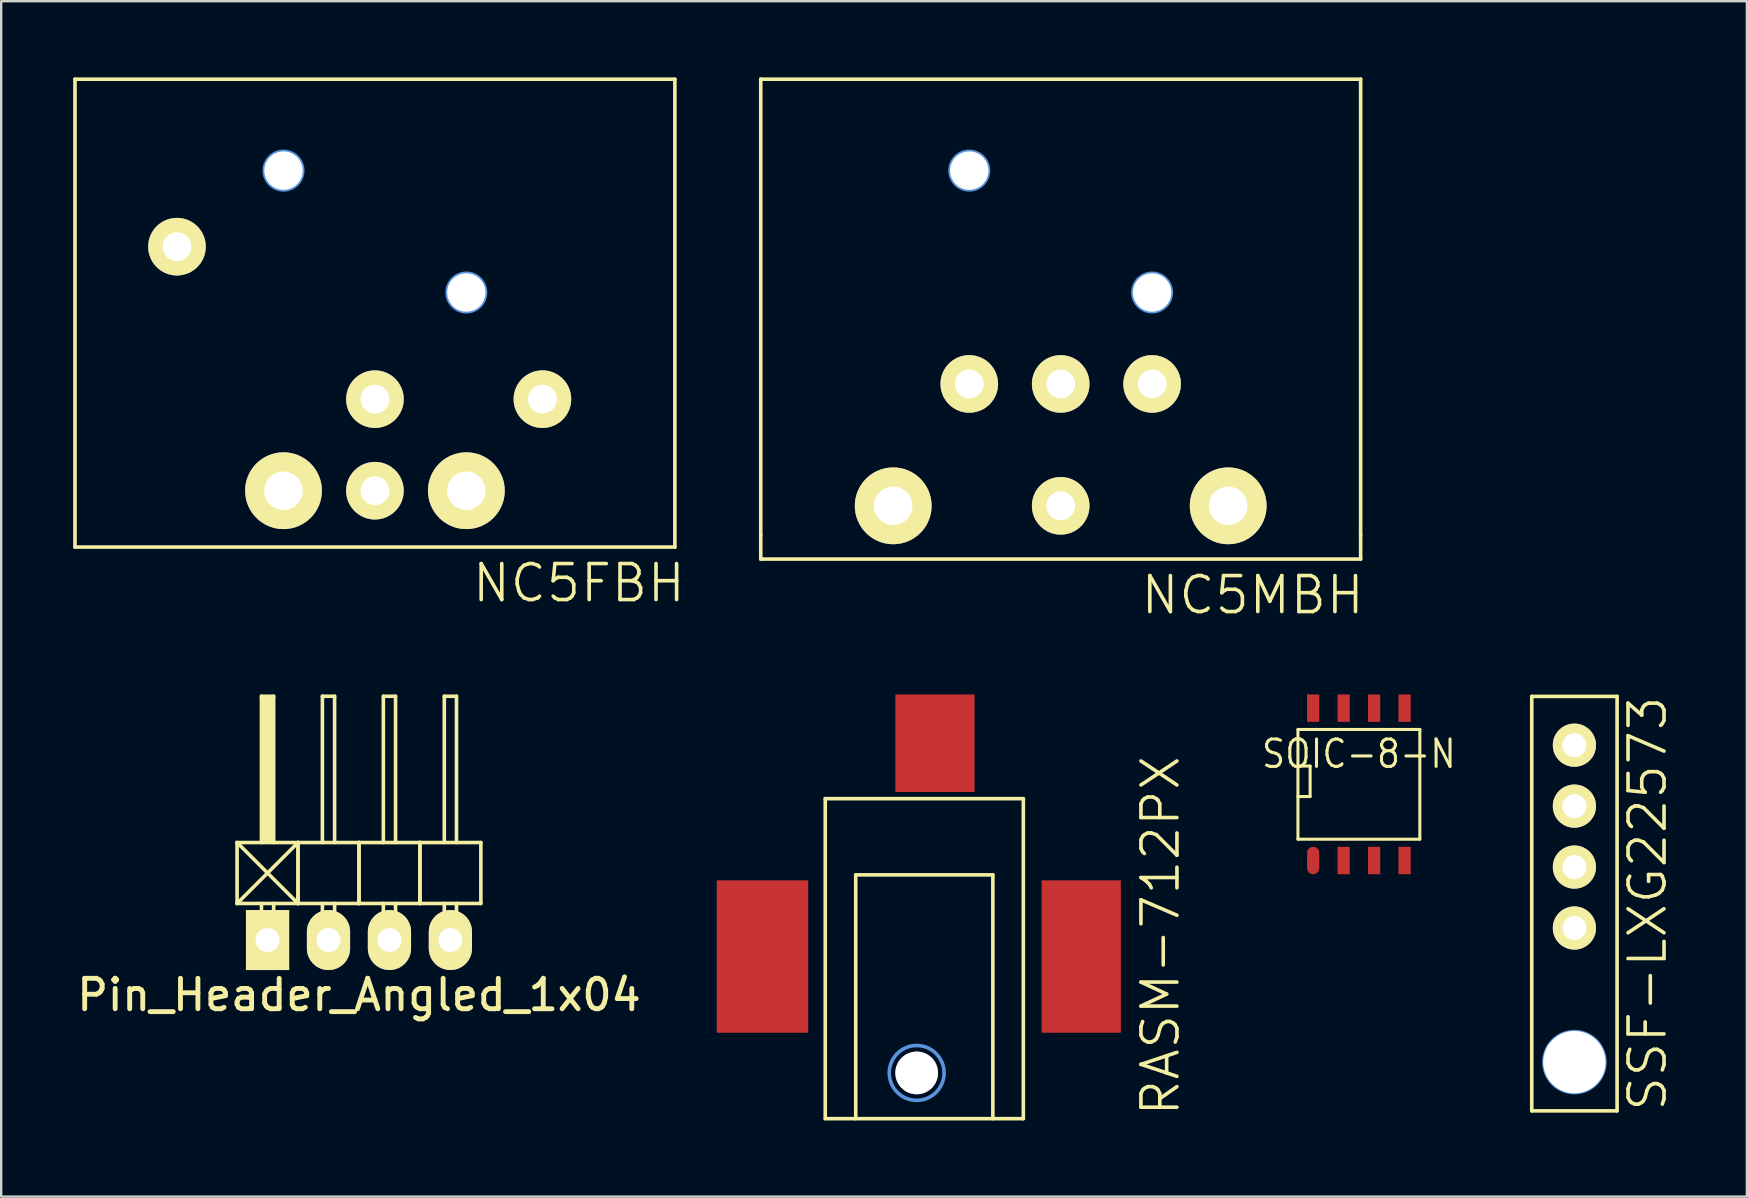
<source format=kicad_pcb>
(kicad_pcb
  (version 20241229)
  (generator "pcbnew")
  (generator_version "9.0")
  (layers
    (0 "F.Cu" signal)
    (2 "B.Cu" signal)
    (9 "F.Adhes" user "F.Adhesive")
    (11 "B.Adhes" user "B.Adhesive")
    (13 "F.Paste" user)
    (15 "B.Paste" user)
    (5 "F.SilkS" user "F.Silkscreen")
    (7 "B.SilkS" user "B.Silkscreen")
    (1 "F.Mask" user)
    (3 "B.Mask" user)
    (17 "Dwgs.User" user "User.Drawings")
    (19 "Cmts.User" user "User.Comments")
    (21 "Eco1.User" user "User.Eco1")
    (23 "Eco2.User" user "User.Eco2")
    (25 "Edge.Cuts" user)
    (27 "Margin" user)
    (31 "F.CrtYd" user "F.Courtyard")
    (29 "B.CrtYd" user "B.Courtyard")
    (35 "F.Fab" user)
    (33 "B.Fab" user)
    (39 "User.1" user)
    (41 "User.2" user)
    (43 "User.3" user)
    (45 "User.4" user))
  (footprint "NC5MBH"
    (layer "F.Cu")
    (at 41.154 0.25)
    (property "Reference" "NC5MBH" (at 8 21.5 0) (layer "F.SilkS") (effects (font (size 1.5 1.5) (thickness 0.15))))
    (attr through_hole)
    (fp_line (start -12.5 0) (end -12.5 19) (stroke (width 0.15) (type solid)) (layer "F.SilkS"))
    (fp_line (start -12.5 19) (end -12.5 20) (stroke (width 0.15) (type solid)) (layer "F.SilkS"))
    (fp_line (start -12.5 20) (end 12.5 20) (stroke (width 0.15) (type solid)) (layer "F.SilkS"))
    (fp_line (start 12.5 0) (end -12.5 0) (stroke (width 0.15) (type solid)) (layer "F.SilkS"))
    (fp_line (start 12.5 19) (end 12.5 0) (stroke (width 0.15) (type solid)) (layer "F.SilkS"))
    (fp_line (start 12.5 19) (end 12.5 20) (stroke (width 0.15) (type solid)) (layer "F.SilkS"))
    (fp_circle (center -3.81 3.81) (end -3.01 3.81) (stroke (width 0.15) (type solid)) (fill no) (layer "Cmts.User"))
    (fp_circle (center 3.81 8.89) (end 4.61 8.89) (stroke (width 0.15) (type solid)) (fill no) (layer "Cmts.User"))
    (pad "" thru_hole circle (at -3.81 3.81) (size 1.6 1.6) (drill 1.6) (layers))
    (pad "" thru_hole circle (at 3.81 8.89) (size 1.6 1.6) (drill 1.6) (layers))
    (pad "1" thru_hole circle (at 6.98 17.78) (size 3.2 3.2) (drill 1.6) (layers "*.Cu" "*.Mask" "F.SilkS"))
    (pad "2" thru_hole circle (at 3.81 12.7) (size 2.4 2.4) (drill 1.2) (layers "*.Cu" "*.Mask" "F.SilkS"))
    (pad "3" thru_hole circle (at 0 17.78) (size 2.4 2.4) (drill 1.2) (layers "*.Cu" "*.Mask" "F.SilkS"))
    (pad "4" thru_hole circle (at -3.81 12.7) (size 2.4 2.4) (drill 1.2) (layers "*.Cu" "*.Mask" "F.SilkS"))
    (pad "5" thru_hole circle (at -6.98 17.78) (size 3.2 3.2) (drill 1.6) (layers "*.Cu" "*.Mask" "F.SilkS"))
    (pad "6" thru_hole circle (at 0 12.7) (size 2.4 2.4) (drill 1.2) (layers "*.Cu" "*.Mask" "F.SilkS")))
  (footprint "RASM-712PX"
    (layer "F.Cu")
    (at 35.152 43.569)
    (property "Reference" "RASM-712PX" (at 10.16 -7.62 90) (layer "F.SilkS") (effects (font (size 1.5 1.5) (thickness 0.15))))
    (attr through_hole)
    (fp_line (start -3.81 -13.335) (end -3.81 0) (stroke (width 0.15) (type solid)) (layer "F.SilkS"))
    (fp_line (start -3.81 0) (end 4.445 0) (stroke (width 0.15) (type solid)) (layer "F.SilkS"))
    (fp_line (start -2.54 -10.16) (end 3.175 -10.16) (stroke (width 0.15) (type solid)) (layer "F.SilkS"))
    (fp_line (start -2.54 0) (end -2.54 -10.16) (stroke (width 0.15) (type solid)) (layer "F.SilkS"))
    (fp_line (start 3.175 -10.16) (end 3.175 0) (stroke (width 0.15) (type solid)) (layer "F.SilkS"))
    (fp_line (start 4.445 -13.335) (end -3.81 -13.335) (stroke (width 0.15) (type solid)) (layer "F.SilkS"))
    (fp_line (start 4.445 0) (end 4.445 -13.335) (stroke (width 0.15) (type solid)) (layer "F.SilkS"))
    (fp_circle (center 0 -1.905) (end 1.143 -1.905) (stroke (width 0.15) (type solid)) (fill no) (layer "Cmts.User"))
    (pad "1" smd rect (at 0.762 -15.646) (size 3.302 4.064) (layers "F.Cu" "F.Mask" "F.Paste"))
    (pad "2" smd rect (at 6.858 -6.756) (size 3.302 6.35) (layers "F.Cu" "F.Mask" "F.Paste"))
    (pad "3" smd rect (at -6.426 -6.756) (size 3.81 6.35) (layers "F.Cu" "F.Mask" "F.Paste"))
    (pad "4" thru_hole circle (at 0 -1.905) (size 1.778 1.778) (drill 1.778) (layers "*.Cu")))
  (footprint "SSF-LXG22573"
    (layer "F.Cu")
    (at 62.563 35.625)
    (property "Reference" "SSF-LXG22573" (at 3.048 -1.016 90) (layer "F.SilkS") (effects (font (size 1.5 1.5) (thickness 0.15))))
    (attr through_hole)
    (fp_line (start -1.778 -9.652) (end -1.778 7.62) (stroke (width 0.15) (type solid)) (layer "F.SilkS"))
    (fp_line (start -1.778 7.62) (end 1.778 7.62) (stroke (width 0.15) (type solid)) (layer "F.SilkS"))
    (fp_line (start 1.778 -9.652) (end -1.778 -9.652) (stroke (width 0.15) (type solid)) (layer "F.SilkS"))
    (fp_line (start 1.778 7.62) (end 1.778 -9.652) (stroke (width 0.15) (type solid)) (layer "F.SilkS"))
    (fp_circle (center 0 5.588) (end 1.27 5.588) (stroke (width 0.15) (type solid)) (fill no) (layer "Cmts.User"))
    (pad "" thru_hole circle (at 0 5.59) (size 2.6 2.6) (drill 2.6) (layers))
    (pad "1" thru_hole circle (at 0 0) (size 1.8 1.8) (drill 1) (layers "*.Cu" "*.Mask" "F.SilkS"))
    (pad "2" thru_hole circle (at 0 -2.54) (size 1.8 1.8) (drill 1) (layers "*.Cu" "*.Mask" "F.SilkS"))
    (pad "3" thru_hole circle (at 0 -5.08) (size 1.8 1.8) (drill 1) (layers "*.Cu" "*.Mask" "F.SilkS"))
    (pad "4" thru_hole circle (at 0 -7.62) (size 1.8 1.8) (drill 1) (layers "*.Cu" "*.Mask" "F.SilkS")))
  (footprint "SOIC-8-N"
    (layer "F.Cu")
    (at 53.581 29.637)
    (property "Reference" "SOIC-8-N" (at 0 -1.27 0) (layer "F.SilkS") (effects (font (size 1.143 1.016) (thickness 0.127))))
    (attr smd)
    (fp_line (start -2.54 -2.286) (end 2.54 -2.286) (stroke (width 0.127) (type solid)) (layer "F.SilkS"))
    (fp_line (start -2.54 -0.762) (end -2.032 -0.762) (stroke (width 0.127) (type solid)) (layer "F.SilkS"))
    (fp_line (start -2.54 2.286) (end -2.54 -2.286) (stroke (width 0.127) (type solid)) (layer "F.SilkS"))
    (fp_line (start -2.032 -0.762) (end -2.032 0.508) (stroke (width 0.127) (type solid)) (layer "F.SilkS"))
    (fp_line (start -2.032 0.508) (end -2.54 0.508) (stroke (width 0.127) (type solid)) (layer "F.SilkS"))
    (fp_line (start 2.54 -2.286) (end 2.54 2.286) (stroke (width 0.127) (type solid)) (layer "F.SilkS"))
    (fp_line (start 2.54 2.286) (end -2.54 2.286) (stroke (width 0.127) (type solid)) (layer "F.SilkS"))
    (pad "1" smd oval (at -1.905 3.175) (size 0.508 1.143) (layers "F.Cu" "F.Mask" "F.Paste"))
    (pad "2" smd rect (at -0.635 3.175) (size 0.508 1.143) (layers "F.Cu" "F.Mask" "F.Paste"))
    (pad "3" smd rect (at 0.635 3.175) (size 0.508 1.143) (layers "F.Cu" "F.Mask" "F.Paste"))
    (pad "4" smd rect (at 1.905 3.175) (size 0.508 1.143) (layers "F.Cu" "F.Mask" "F.Paste"))
    (pad "5" smd rect (at 1.905 -3.175) (size 0.508 1.143) (layers "F.Cu" "F.Mask" "F.Paste"))
    (pad "6" smd rect (at 0.635 -3.175) (size 0.508 1.143) (layers "F.Cu" "F.Mask" "F.Paste"))
    (pad "7" smd rect (at -0.635 -3.175) (size 0.508 1.143) (layers "F.Cu" "F.Mask" "F.Paste"))
    (pad "8" smd rect (at -1.905 -3.175) (size 0.508 1.143) (layers "F.Cu" "F.Mask" "F.Paste")))
  (footprint "NC5FBH"
    (layer "F.Cu")
    (at 12.575 0.25)
    (property "Reference" "NC5FBH" (at 8.5 21 0) (layer "F.SilkS") (effects (font (size 1.5 1.5) (thickness 0.15))))
    (attr through_hole)
    (fp_line (start -12.5 0) (end -12.5 19.5) (stroke (width 0.15) (type solid)) (layer "F.SilkS"))
    (fp_line (start -12.5 19.5) (end 12.5 19.5) (stroke (width 0.15) (type solid)) (layer "F.SilkS"))
    (fp_line (start 12.5 0) (end -12.5 0) (stroke (width 0.15) (type solid)) (layer "F.SilkS"))
    (fp_line (start 12.5 19.5) (end 12.5 0) (stroke (width 0.15) (type solid)) (layer "F.SilkS"))
    (fp_circle (center -3.81 3.81) (end -3.01 3.78) (stroke (width 0.15) (type solid)) (fill no) (layer "Cmts.User"))
    (fp_circle (center 3.81 8.89) (end 4.61 8.89) (stroke (width 0.15) (type solid)) (fill no) (layer "Cmts.User"))
    (pad "" thru_hole circle (at -3.81 3.81) (size 1.6 1.6) (drill 1.6) (layers))
    (pad "" thru_hole circle (at 3.81 8.89) (size 1.6 1.6) (drill 1.6) (layers))
    (pad "1" thru_hole circle (at -3.81 17.15) (size 3.2 3.2) (drill 1.6) (layers "*.Cu" "*.Mask" "F.SilkS"))
    (pad "2" thru_hole circle (at 0 13.335) (size 2.4 2.4) (drill 1.2) (layers "*.Cu" "*.Mask" "F.SilkS"))
    (pad "3" thru_hole circle (at 0 17.15) (size 2.4 2.4) (drill 1.2) (layers "*.Cu" "*.Mask" "F.SilkS"))
    (pad "4" thru_hole circle (at 6.98 13.335) (size 2.4 2.4) (drill 1.2) (layers "*.Cu" "*.Mask" "F.SilkS"))
    (pad "5" thru_hole circle (at 3.81 17.15) (size 3.2 3.2) (drill 1.6) (layers "*.Cu" "*.Mask" "F.SilkS"))
    (pad "6" thru_hole circle (at -8.25 6.98) (size 2.4 2.4) (drill 1.2) (layers "*.Cu" "*.Mask" "F.SilkS")))
  (footprint "Pin_Header_Angled_1x04"
    (layer "F.Cu")
    (at 11.91 36.126)
    (property "Reference" "Pin_Header_Angled_1x04" (at 0 2.286 0) (layer "F.SilkS") (effects (font (size 1.27 1.27) (thickness 0.203))))
    (attr through_hole)
    (fp_line (start -5.08 -4.064) (end -2.54 -1.524) (stroke (width 0.15) (type solid)) (layer "F.SilkS"))
    (fp_line (start -5.08 -1.524) (end -5.08 -4.064) (stroke (width 0.15) (type solid)) (layer "F.SilkS"))
    (fp_line (start -5.08 -1.524) (end -2.54 -1.524) (stroke (width 0.15) (type solid)) (layer "F.SilkS"))
    (fp_line (start -4.064 -10.16) (end -3.556 -10.16) (stroke (width 0.15) (type solid)) (layer "F.SilkS"))
    (fp_line (start -4.064 -4.064) (end -4.064 -10.16) (stroke (width 0.15) (type solid)) (layer "F.SilkS"))
    (fp_line (start -4.064 -1.524) (end -4.064 -1.143) (stroke (width 0.15) (type solid)) (layer "F.SilkS"))
    (fp_line (start -3.937 -10.033) (end -3.683 -10.033) (stroke (width 0.15) (type solid)) (layer "F.SilkS"))
    (fp_line (start -3.937 -4.191) (end -3.937 -10.033) (stroke (width 0.15) (type solid)) (layer "F.SilkS"))
    (fp_line (start -3.81 -4.191) (end -3.81 -10.033) (stroke (width 0.15) (type solid)) (layer "F.SilkS"))
    (fp_line (start -3.683 -10.033) (end -3.683 -4.191) (stroke (width 0.15) (type solid)) (layer "F.SilkS"))
    (fp_line (start -3.683 -4.191) (end -3.81 -4.191) (stroke (width 0.15) (type solid)) (layer "F.SilkS"))
    (fp_line (start -3.556 -10.16) (end -3.556 -4.064) (stroke (width 0.15) (type solid)) (layer "F.SilkS"))
    (fp_line (start -3.556 -1.524) (end -3.556 -1.143) (stroke (width 0.15) (type solid)) (layer "F.SilkS"))
    (fp_line (start -2.54 -4.064) (end -5.08 -4.064) (stroke (width 0.15) (type solid)) (layer "F.SilkS"))
    (fp_line (start -2.54 -4.064) (end -5.08 -1.524) (stroke (width 0.15) (type solid)) (layer "F.SilkS"))
    (fp_line (start -2.54 -1.524) (end -2.54 -4.064) (stroke (width 0.15) (type solid)) (layer "F.SilkS"))
    (fp_line (start -2.54 -1.524) (end -2.54 -4.064) (stroke (width 0.15) (type solid)) (layer "F.SilkS"))
    (fp_line (start -2.54 -1.524) (end 0 -1.524) (stroke (width 0.15) (type solid)) (layer "F.SilkS"))
    (fp_line (start -1.524 -10.16) (end -1.016 -10.16) (stroke (width 0.15) (type solid)) (layer "F.SilkS"))
    (fp_line (start -1.524 -4.064) (end -1.524 -10.16) (stroke (width 0.15) (type solid)) (layer "F.SilkS"))
    (fp_line (start -1.524 -1.524) (end -1.524 -1.143) (stroke (width 0.15) (type solid)) (layer "F.SilkS"))
    (fp_line (start -1.016 -10.16) (end -1.016 -4.064) (stroke (width 0.15) (type solid)) (layer "F.SilkS"))
    (fp_line (start -1.016 -1.524) (end -1.016 -1.143) (stroke (width 0.15) (type solid)) (layer "F.SilkS"))
    (fp_line (start 0 -4.064) (end -2.54 -4.064) (stroke (width 0.15) (type solid)) (layer "F.SilkS"))
    (fp_line (start 0 -1.524) (end 0 -4.064) (stroke (width 0.15) (type solid)) (layer "F.SilkS"))
    (fp_line (start 0 -1.524) (end 0 -4.064) (stroke (width 0.15) (type solid)) (layer "F.SilkS"))
    (fp_line (start 0 -1.524) (end 2.54 -1.524) (stroke (width 0.15) (type solid)) (layer "F.SilkS"))
    (fp_line (start 1.016 -10.16) (end 1.524 -10.16) (stroke (width 0.15) (type solid)) (layer "F.SilkS"))
    (fp_line (start 1.016 -4.064) (end 1.016 -10.16) (stroke (width 0.15) (type solid)) (layer "F.SilkS"))
    (fp_line (start 1.016 -1.524) (end 1.016 -1.143) (stroke (width 0.15) (type solid)) (layer "F.SilkS"))
    (fp_line (start 1.524 -10.16) (end 1.524 -4.064) (stroke (width 0.15) (type solid)) (layer "F.SilkS"))
    (fp_line (start 1.524 -1.524) (end 1.524 -1.143) (stroke (width 0.15) (type solid)) (layer "F.SilkS"))
    (fp_line (start 2.54 -4.064) (end 0 -4.064) (stroke (width 0.15) (type solid)) (layer "F.SilkS"))
    (fp_line (start 2.54 -1.524) (end 2.54 -4.064) (stroke (width 0.15) (type solid)) (layer "F.SilkS"))
    (fp_line (start 2.54 -1.524) (end 2.54 -4.064) (stroke (width 0.15) (type solid)) (layer "F.SilkS"))
    (fp_line (start 2.54 -1.524) (end 5.08 -1.524) (stroke (width 0.15) (type solid)) (layer "F.SilkS"))
    (fp_line (start 3.556 -10.16) (end 4.064 -10.16) (stroke (width 0.15) (type solid)) (layer "F.SilkS"))
    (fp_line (start 3.556 -4.064) (end 3.556 -10.16) (stroke (width 0.15) (type solid)) (layer "F.SilkS"))
    (fp_line (start 3.556 -1.524) (end 3.556 -1.143) (stroke (width 0.15) (type solid)) (layer "F.SilkS"))
    (fp_line (start 4.064 -10.16) (end 4.064 -4.064) (stroke (width 0.15) (type solid)) (layer "F.SilkS"))
    (fp_line (start 4.064 -1.524) (end 4.064 -1.143) (stroke (width 0.15) (type solid)) (layer "F.SilkS"))
    (fp_line (start 5.08 -4.064) (end 2.54 -4.064) (stroke (width 0.15) (type solid)) (layer "F.SilkS"))
    (fp_line (start 5.08 -1.524) (end 5.08 -4.064) (stroke (width 0.15) (type solid)) (layer "F.SilkS"))
    (pad "1" thru_hole rect (at -3.81 0) (size 1.8 2.5) (drill 1) (layers "*.Cu" "*.Mask" "F.SilkS"))
    (pad "2" thru_hole oval (at -1.27 0) (size 1.8 2.5) (drill 1) (layers "*.Cu" "*.Mask" "F.SilkS"))
    (pad "3" thru_hole oval (at 1.27 0) (size 1.8 2.5) (drill 1) (layers "*.Cu" "*.Mask" "F.SilkS"))
    (pad "4" thru_hole oval (at 3.81 0) (size 1.8 2.5) (drill 1) (layers "*.Cu" "*.Mask" "F.SilkS")))
  (gr_rect
    (start -3 -3)
    (end 69.751 46.819)
    (stroke (width 0.1) (type default))
    (fill no)
    (layer "Edge.Cuts")))
</source>
